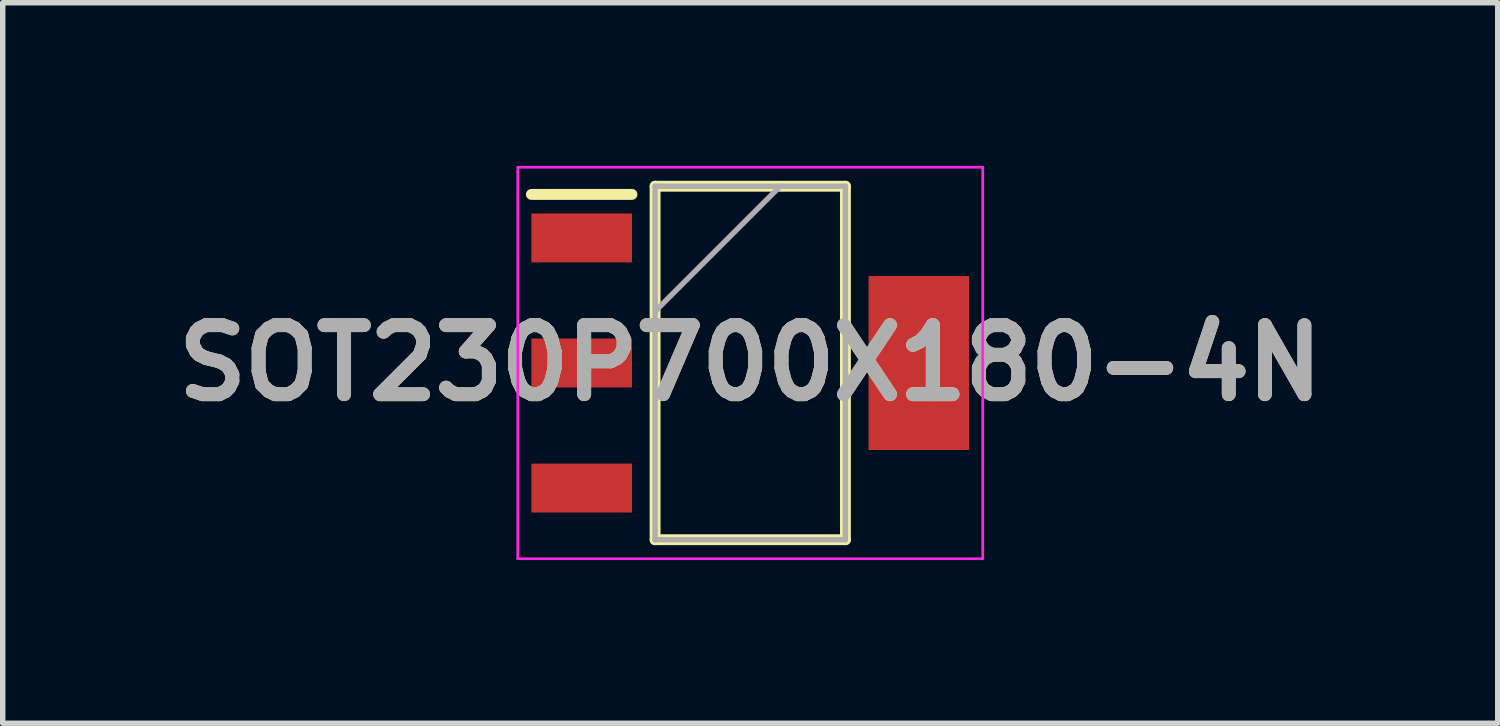
<source format=kicad_pcb>
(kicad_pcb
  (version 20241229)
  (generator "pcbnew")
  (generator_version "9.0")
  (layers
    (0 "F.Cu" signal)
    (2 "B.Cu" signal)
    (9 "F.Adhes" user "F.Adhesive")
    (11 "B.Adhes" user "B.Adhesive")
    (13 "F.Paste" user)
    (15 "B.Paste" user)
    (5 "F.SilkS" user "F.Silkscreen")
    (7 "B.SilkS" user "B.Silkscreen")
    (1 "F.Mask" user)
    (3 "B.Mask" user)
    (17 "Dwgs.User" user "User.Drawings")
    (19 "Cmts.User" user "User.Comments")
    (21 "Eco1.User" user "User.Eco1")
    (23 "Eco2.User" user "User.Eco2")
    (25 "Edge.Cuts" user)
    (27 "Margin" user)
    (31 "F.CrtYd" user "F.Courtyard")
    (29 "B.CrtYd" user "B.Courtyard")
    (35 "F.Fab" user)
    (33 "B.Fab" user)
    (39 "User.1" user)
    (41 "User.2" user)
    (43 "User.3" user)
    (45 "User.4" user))
  (footprint "SOT230P700X180-4N"
    (layer "F.Cu")
    (at 10.747 3.625)
    (property "Reference" "SOT230P700X180-4N" (at 0 0 0) (layer "F.SilkS") (effects (font (size 1.27 1.27) (thickness 0.254))))
    (attr smd)
    (fp_line (start -4.025 -3.1) (end -2.175 -3.1) (stroke (width 0.2) (type solid)) (layer "F.SilkS"))
    (fp_line (start -1.75 -3.25) (end 1.75 -3.25) (stroke (width 0.2) (type solid)) (layer "F.SilkS"))
    (fp_line (start -1.75 3.25) (end -1.75 -3.25) (stroke (width 0.2) (type solid)) (layer "F.SilkS"))
    (fp_line (start 1.75 -3.25) (end 1.75 3.25) (stroke (width 0.2) (type solid)) (layer "F.SilkS"))
    (fp_line (start 1.75 3.25) (end -1.75 3.25) (stroke (width 0.2) (type solid)) (layer "F.SilkS"))
    (fp_line (start -4.275 -3.6) (end 4.275 -3.6) (stroke (width 0.05) (type solid)) (layer "F.CrtYd"))
    (fp_line (start -4.275 3.6) (end -4.275 -3.6) (stroke (width 0.05) (type solid)) (layer "F.CrtYd"))
    (fp_line (start 4.275 -3.6) (end 4.275 3.6) (stroke (width 0.05) (type solid)) (layer "F.CrtYd"))
    (fp_line (start 4.275 3.6) (end -4.275 3.6) (stroke (width 0.05) (type solid)) (layer "F.CrtYd"))
    (fp_line (start -1.75 -3.25) (end 1.75 -3.25) (stroke (width 0.1) (type solid)) (layer "F.Fab"))
    (fp_line (start -1.75 -0.95) (end 0.55 -3.25) (stroke (width 0.1) (type solid)) (layer "F.Fab"))
    (fp_line (start -1.75 3.25) (end -1.75 -3.25) (stroke (width 0.1) (type solid)) (layer "F.Fab"))
    (fp_line (start 1.75 -3.25) (end 1.75 3.25) (stroke (width 0.1) (type solid)) (layer "F.Fab"))
    (fp_line (start 1.75 3.25) (end -1.75 3.25) (stroke (width 0.1) (type solid)) (layer "F.Fab"))
    (fp_text user "${REFERENCE}" (at 0 0 0) (layer "F.Fab") (effects (font (size 1.27 1.27) (thickness 0.254))))
    (pad "1" smd rect (at -3.1 -2.3 90) (size 0.9 1.85) (layers "F.Cu" "F.Mask" "F.Paste"))
    (pad "2" smd rect (at -3.1 0 90) (size 0.9 1.85) (layers "F.Cu" "F.Mask" "F.Paste"))
    (pad "3" smd rect (at -3.1 2.3 90) (size 0.9 1.85) (layers "F.Cu" "F.Mask" "F.Paste"))
    (pad "4" smd rect (at 3.1 0) (size 1.85 3.2) (layers "F.Cu" "F.Mask" "F.Paste")))
  (gr_rect
    (start -3 -3)
    (end 24.493 10.25)
    (stroke (width 0.1) (type default))
    (fill no)
    (layer "Edge.Cuts")))
</source>
